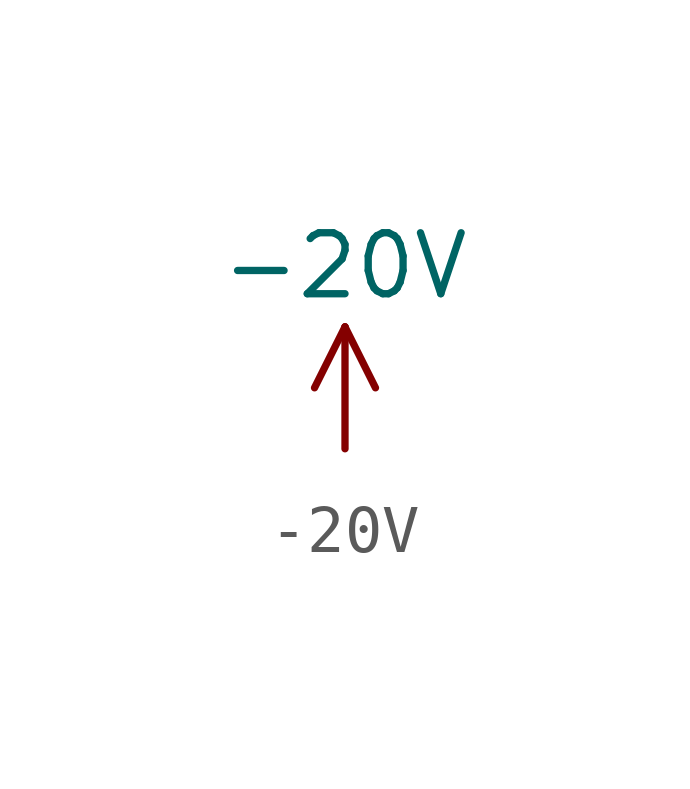
<source format=kicad_sym>
(kicad_symbol_lib
  (version 20211014)
  (generator kicad_symbol_editor)
  (symbol "-20V"
    (power)
    (pin_numbers hide)
    (pin_names
      (offset 0))
    (property "Reference" "#PWR"
      (at 0 -3.048 0)
      (effects (font (size 1.27 1.27)) hide))
    (property "Value" "-20V"
      (at 0 3.81 0)
      (effects (font (size 1.27 1.27))))
    (symbol "-20V_0_1"
      (polyline (pts (xy 0 2.54) (xy -0.635 1.27)) (stroke (width 0) (type default) (color 0 0 0 0)) (fill (type none)))
      (polyline (pts (xy 0 2.54) (xy 0 0)) (stroke (width 0) (type default) (color 0 0 0 0)) (fill (type none)))
      (polyline (pts (xy 0 2.54) (xy 0.635 1.27)) (stroke (width 0) (type default) (color 0 0 0 0)) (fill (type none))))
    (symbol "-20V_1_1"
      (pin power_in line (at 0 0 90) (length 0) hide (name "-20V" (effects (font (size 1.27 1.27)))) (number "1" (effects (font (size 1.27 1.27))))))))
</source>
